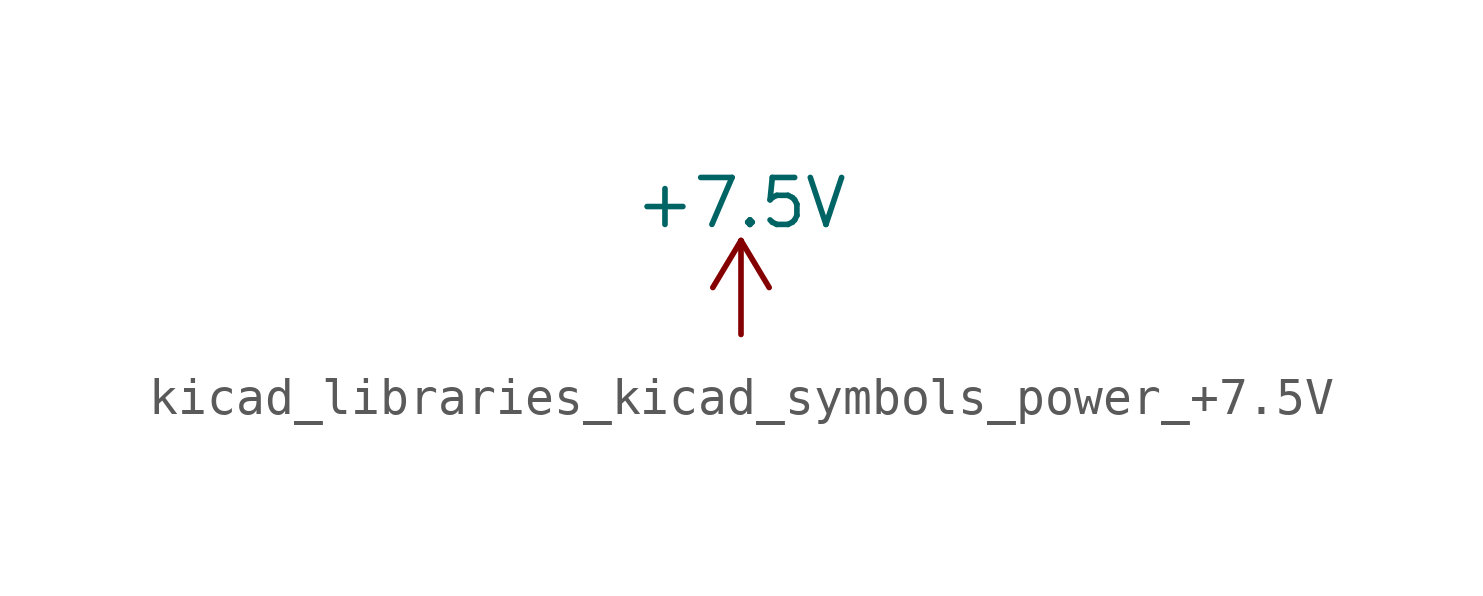
<source format=kicad_sym>
(kicad_symbol_lib
  (version 20220914)
  (generator kicad_symbol_editor)
  (symbol "kicad_libraries_kicad_symbols_power_+7.5V"
    (power)
    (pin_names
      (offset 0))
    (property "Reference" "#PWR"
      (at 0 -3.81 0)
      (effects (font (size 1.27 1.27)) hide))
    (property "Value" "+7.5V"
      (at 0 3.556 0)
      (effects (font (size 1.27 1.27))))
    (symbol "kicad_libraries_kicad_symbols_power_+7.5V_0_1"
      (polyline (pts (xy -0.762 1.27) (xy 0 2.54)) (stroke (width 0) (type default)) (fill (type none)))
      (polyline (pts (xy 0 0) (xy 0 2.54)) (stroke (width 0) (type default)) (fill (type none)))
      (polyline (pts (xy 0 2.54) (xy 0.762 1.27)) (stroke (width 0) (type default)) (fill (type none))))
    (symbol "kicad_libraries_kicad_symbols_power_+7.5V_1_1"
      (pin power_in line (at 0 0 90) (length 0) hide (name "+7.5V" (effects (font (size 1.27 1.27)))) (number "1" (effects (font (size 1.27 1.27))))))))
</source>
